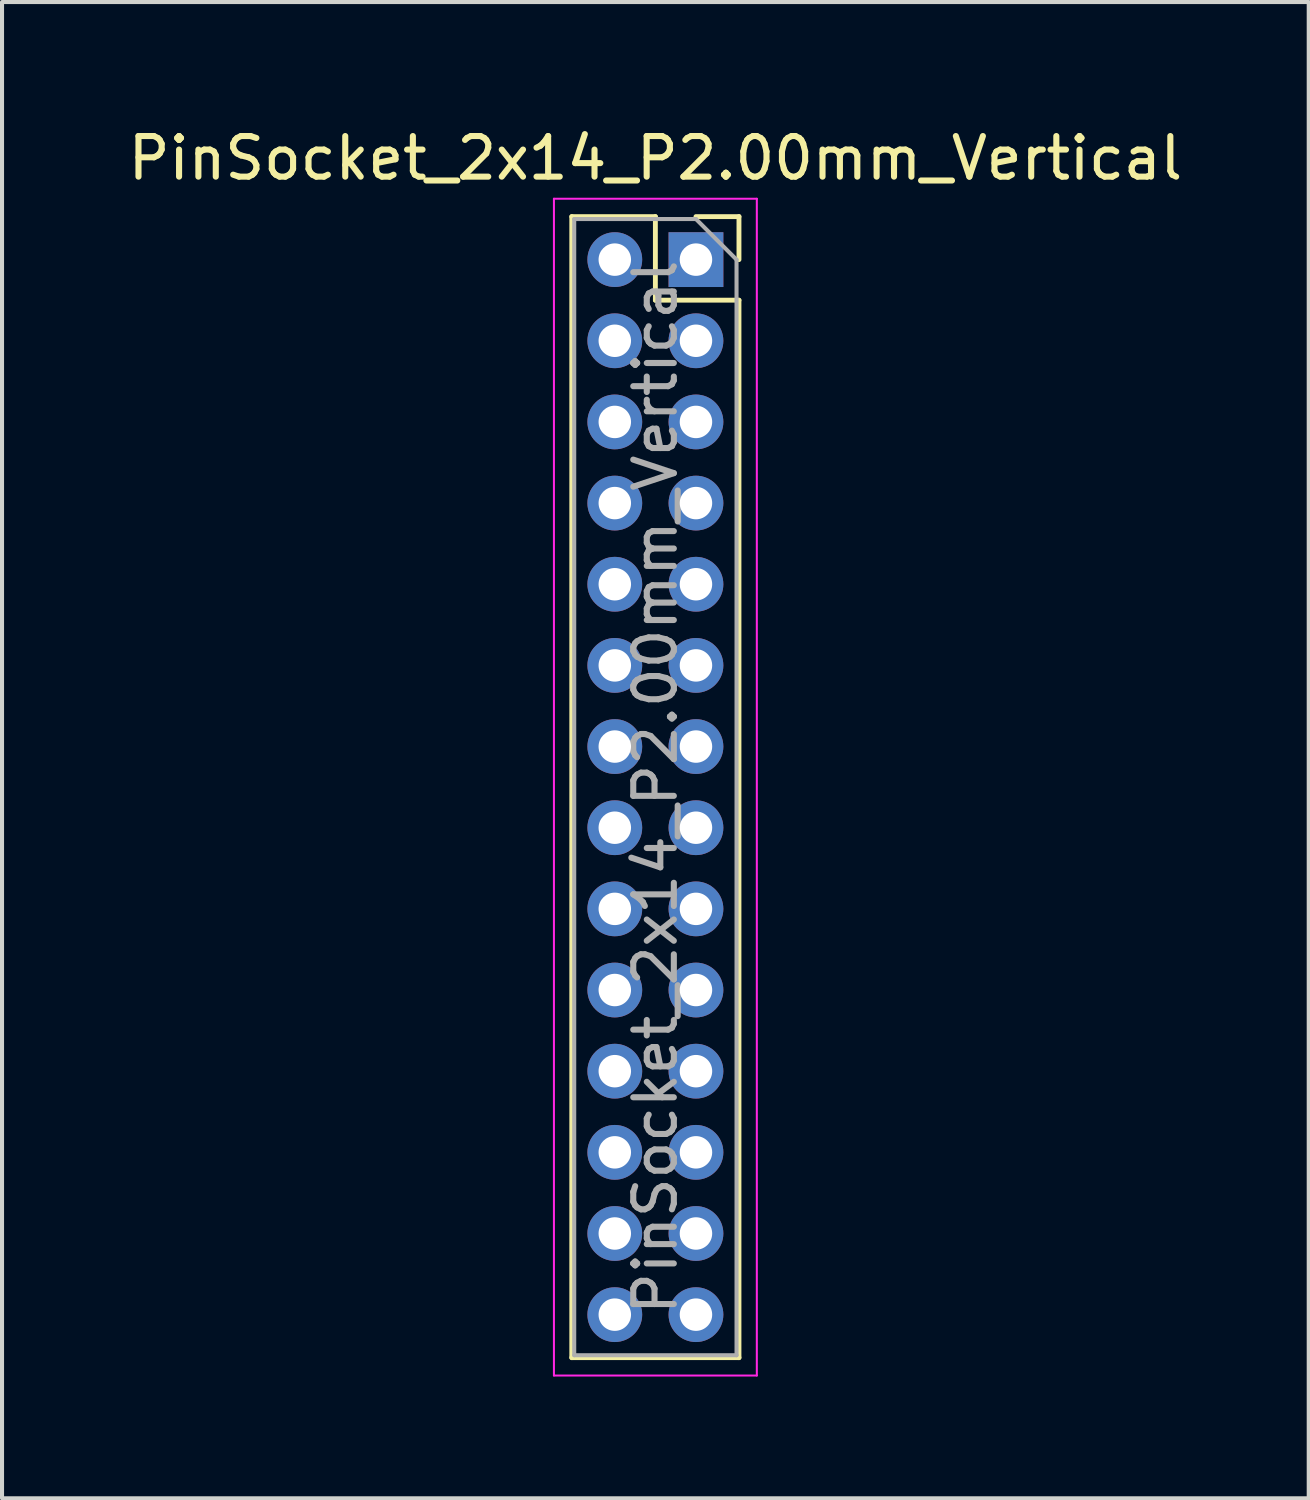
<source format=kicad_pcb>
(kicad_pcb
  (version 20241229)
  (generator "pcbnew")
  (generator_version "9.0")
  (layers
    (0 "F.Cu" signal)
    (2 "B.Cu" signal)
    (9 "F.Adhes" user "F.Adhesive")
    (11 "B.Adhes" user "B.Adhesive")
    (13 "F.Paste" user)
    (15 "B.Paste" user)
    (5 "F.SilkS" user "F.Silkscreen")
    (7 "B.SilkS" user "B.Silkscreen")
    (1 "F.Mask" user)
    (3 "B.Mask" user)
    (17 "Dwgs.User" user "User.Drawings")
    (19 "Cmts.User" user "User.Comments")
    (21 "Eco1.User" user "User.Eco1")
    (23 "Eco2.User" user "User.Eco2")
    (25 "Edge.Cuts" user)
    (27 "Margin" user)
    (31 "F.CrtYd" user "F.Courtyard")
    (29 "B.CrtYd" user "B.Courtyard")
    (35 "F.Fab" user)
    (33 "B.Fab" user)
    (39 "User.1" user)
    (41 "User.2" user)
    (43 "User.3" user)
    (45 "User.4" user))
  (footprint "PinSocket_2x14_P2.00mm_Vertical"
    (layer "F.Cu")
    (at 14.101 3.348)
    (property "Reference" "PinSocket_2x14_P2.00mm_Vertical" (at -1 -2.5 0) (layer "F.SilkS") (effects (font (size 1 1) (thickness 0.15))))
    (attr through_hole)
    (fp_line (start -3.06 -1.06) (end -3.06 27.06) (stroke (width 0.12) (type solid)) (layer "F.SilkS"))
    (fp_line (start -3.06 -1.06) (end -1 -1.06) (stroke (width 0.12) (type solid)) (layer "F.SilkS"))
    (fp_line (start -3.06 27.06) (end 1.06 27.06) (stroke (width 0.12) (type solid)) (layer "F.SilkS"))
    (fp_line (start -1 -1.06) (end -1 1) (stroke (width 0.12) (type solid)) (layer "F.SilkS"))
    (fp_line (start -1 1) (end 1.06 1) (stroke (width 0.12) (type solid)) (layer "F.SilkS"))
    (fp_line (start 0 -1.06) (end 1.06 -1.06) (stroke (width 0.12) (type solid)) (layer "F.SilkS"))
    (fp_line (start 1.06 -1.06) (end 1.06 0) (stroke (width 0.12) (type solid)) (layer "F.SilkS"))
    (fp_line (start 1.06 1) (end 1.06 27.06) (stroke (width 0.12) (type solid)) (layer "F.SilkS"))
    (fp_line (start -3.5 -1.5) (end 1.5 -1.5) (stroke (width 0.05) (type solid)) (layer "F.CrtYd"))
    (fp_line (start -3.5 27.5) (end -3.5 -1.5) (stroke (width 0.05) (type solid)) (layer "F.CrtYd"))
    (fp_line (start 1.5 -1.5) (end 1.5 27.5) (stroke (width 0.05) (type solid)) (layer "F.CrtYd"))
    (fp_line (start 1.5 27.5) (end -3.5 27.5) (stroke (width 0.05) (type solid)) (layer "F.CrtYd"))
    (fp_line (start -3 -1) (end 0 -1) (stroke (width 0.1) (type solid)) (layer "F.Fab"))
    (fp_line (start -3 27) (end -3 -1) (stroke (width 0.1) (type solid)) (layer "F.Fab"))
    (fp_line (start 0 -1) (end 1 0) (stroke (width 0.1) (type solid)) (layer "F.Fab"))
    (fp_line (start 1 0) (end 1 27) (stroke (width 0.1) (type solid)) (layer "F.Fab"))
    (fp_line (start 1 27) (end -3 27) (stroke (width 0.1) (type solid)) (layer "F.Fab"))
    (fp_text user "${REFERENCE}" (at -1 13 90) (layer "F.Fab") (effects (font (size 1 1) (thickness 0.15))))
    (pad "1" thru_hole rect (at 0 0) (size 1.35 1.35) (drill 0.8) (layers "*.Cu" "*.Mask"))
    (pad "2" thru_hole oval (at -2 0) (size 1.35 1.35) (drill 0.8) (layers "*.Cu" "*.Mask"))
    (pad "3" thru_hole oval (at 0 2) (size 1.35 1.35) (drill 0.8) (layers "*.Cu" "*.Mask"))
    (pad "4" thru_hole oval (at -2 2) (size 1.35 1.35) (drill 0.8) (layers "*.Cu" "*.Mask"))
    (pad "5" thru_hole oval (at 0 4) (size 1.35 1.35) (drill 0.8) (layers "*.Cu" "*.Mask"))
    (pad "6" thru_hole oval (at -2 4) (size 1.35 1.35) (drill 0.8) (layers "*.Cu" "*.Mask"))
    (pad "7" thru_hole oval (at 0 6) (size 1.35 1.35) (drill 0.8) (layers "*.Cu" "*.Mask"))
    (pad "8" thru_hole oval (at -2 6) (size 1.35 1.35) (drill 0.8) (layers "*.Cu" "*.Mask"))
    (pad "9" thru_hole oval (at 0 8) (size 1.35 1.35) (drill 0.8) (layers "*.Cu" "*.Mask"))
    (pad "10" thru_hole oval (at -2 8) (size 1.35 1.35) (drill 0.8) (layers "*.Cu" "*.Mask"))
    (pad "11" thru_hole oval (at 0 10) (size 1.35 1.35) (drill 0.8) (layers "*.Cu" "*.Mask"))
    (pad "12" thru_hole oval (at -2 10) (size 1.35 1.35) (drill 0.8) (layers "*.Cu" "*.Mask"))
    (pad "13" thru_hole oval (at 0 12) (size 1.35 1.35) (drill 0.8) (layers "*.Cu" "*.Mask"))
    (pad "14" thru_hole oval (at -2 12) (size 1.35 1.35) (drill 0.8) (layers "*.Cu" "*.Mask"))
    (pad "15" thru_hole oval (at 0 14) (size 1.35 1.35) (drill 0.8) (layers "*.Cu" "*.Mask"))
    (pad "16" thru_hole oval (at -2 14) (size 1.35 1.35) (drill 0.8) (layers "*.Cu" "*.Mask"))
    (pad "17" thru_hole oval (at 0 16) (size 1.35 1.35) (drill 0.8) (layers "*.Cu" "*.Mask"))
    (pad "18" thru_hole oval (at -2 16) (size 1.35 1.35) (drill 0.8) (layers "*.Cu" "*.Mask"))
    (pad "19" thru_hole oval (at 0 18) (size 1.35 1.35) (drill 0.8) (layers "*.Cu" "*.Mask"))
    (pad "20" thru_hole oval (at -2 18) (size 1.35 1.35) (drill 0.8) (layers "*.Cu" "*.Mask"))
    (pad "21" thru_hole oval (at 0 20) (size 1.35 1.35) (drill 0.8) (layers "*.Cu" "*.Mask"))
    (pad "22" thru_hole oval (at -2 20) (size 1.35 1.35) (drill 0.8) (layers "*.Cu" "*.Mask"))
    (pad "23" thru_hole oval (at 0 22) (size 1.35 1.35) (drill 0.8) (layers "*.Cu" "*.Mask"))
    (pad "24" thru_hole oval (at -2 22) (size 1.35 1.35) (drill 0.8) (layers "*.Cu" "*.Mask"))
    (pad "25" thru_hole oval (at 0 24) (size 1.35 1.35) (drill 0.8) (layers "*.Cu" "*.Mask"))
    (pad "26" thru_hole oval (at -2 24) (size 1.35 1.35) (drill 0.8) (layers "*.Cu" "*.Mask"))
    (pad "27" thru_hole oval (at 0 26) (size 1.35 1.35) (drill 0.8) (layers "*.Cu" "*.Mask"))
    (pad "28" thru_hole oval (at -2 26) (size 1.35 1.35) (drill 0.8) (layers "*.Cu" "*.Mask")))
  (gr_rect
    (start -3 -3)
    (end 29.202 33.873)
    (stroke (width 0.1) (type default))
    (fill no)
    (layer "Edge.Cuts")))
</source>
